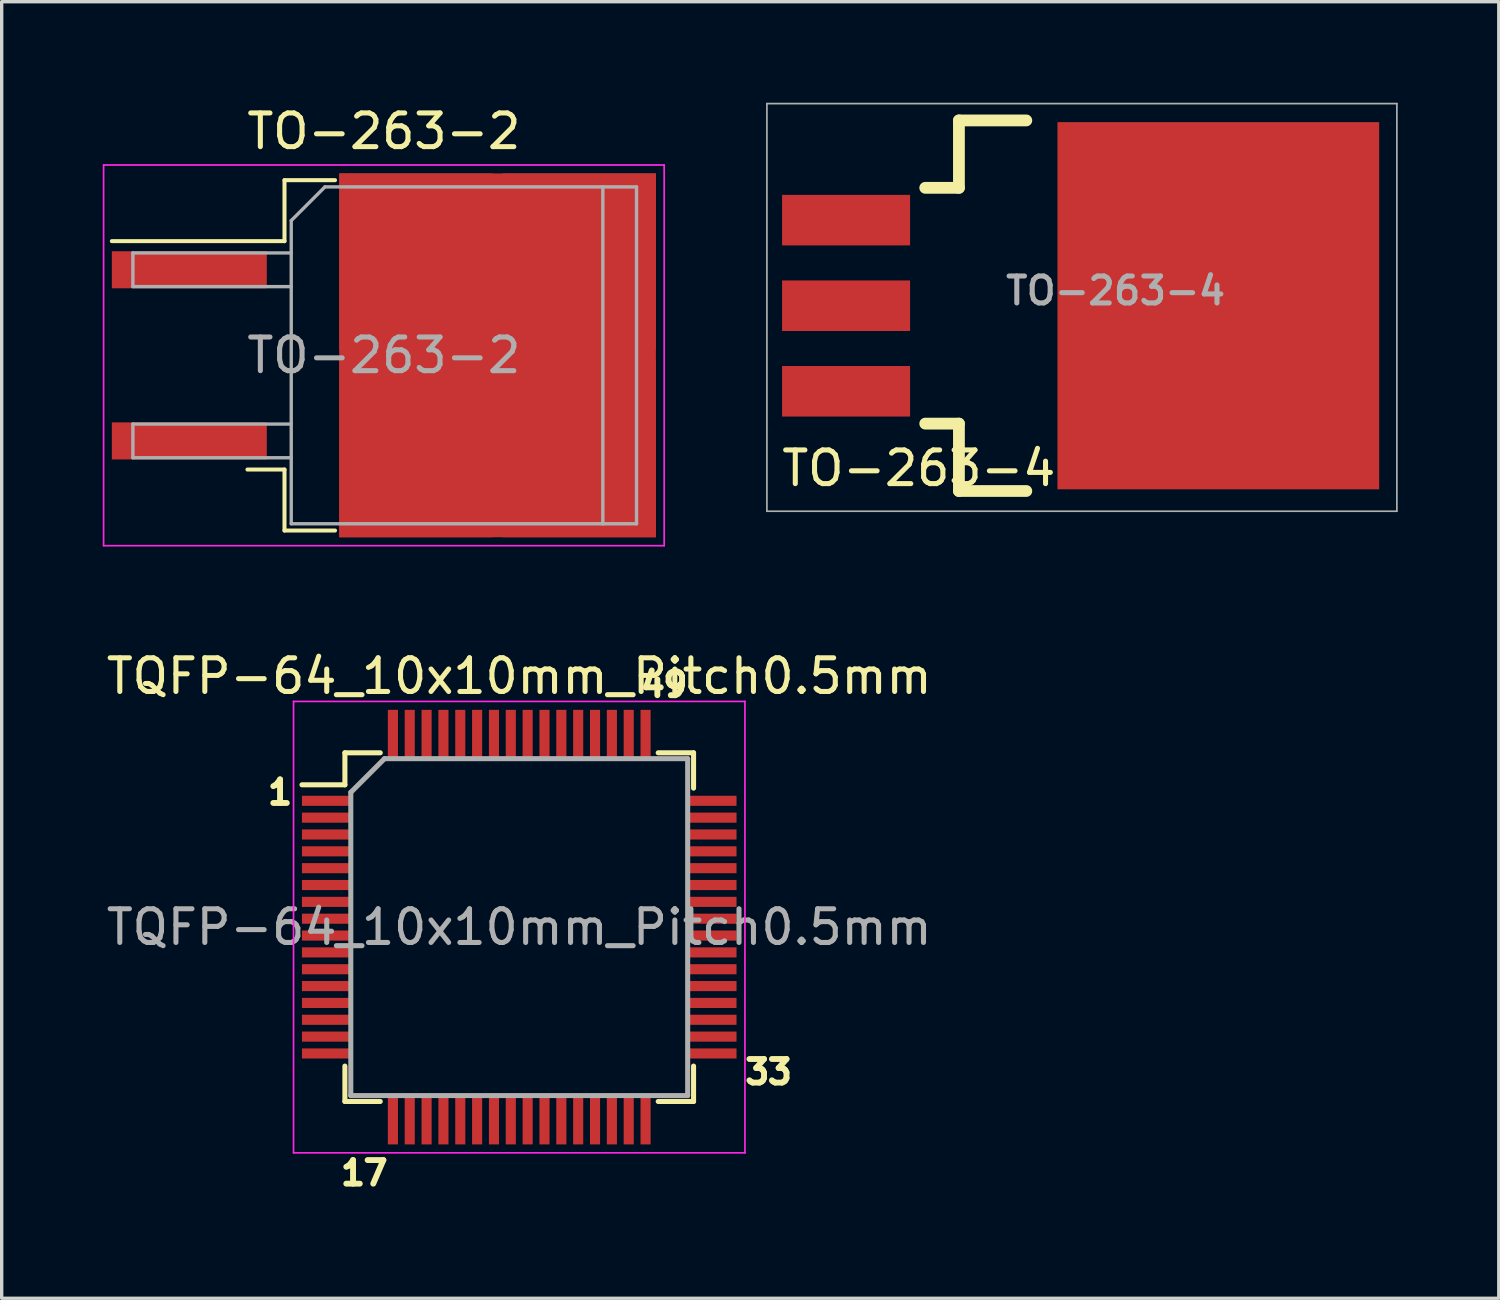
<source format=kicad_pcb>
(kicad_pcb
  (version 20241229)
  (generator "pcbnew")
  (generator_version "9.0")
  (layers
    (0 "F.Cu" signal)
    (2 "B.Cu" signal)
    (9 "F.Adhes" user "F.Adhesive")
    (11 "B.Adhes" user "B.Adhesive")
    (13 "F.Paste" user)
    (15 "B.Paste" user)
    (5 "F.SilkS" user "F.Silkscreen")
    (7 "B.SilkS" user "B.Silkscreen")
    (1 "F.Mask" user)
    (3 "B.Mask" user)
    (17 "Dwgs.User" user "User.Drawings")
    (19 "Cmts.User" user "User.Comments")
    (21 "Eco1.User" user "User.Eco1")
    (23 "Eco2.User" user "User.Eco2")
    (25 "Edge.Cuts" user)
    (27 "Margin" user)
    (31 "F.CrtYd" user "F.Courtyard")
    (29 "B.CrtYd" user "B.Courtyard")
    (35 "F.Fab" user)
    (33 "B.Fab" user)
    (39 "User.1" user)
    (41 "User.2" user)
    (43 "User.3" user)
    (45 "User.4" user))
  (footprint "TQFP-64_10x10mm_Pitch0.5mm"
    (layer "F.Cu")
    (at 12.363 24.471)
    (property "Reference" "TQFP-64_10x10mm_Pitch0.5mm" (at 0 -7.45 0) (layer "F.SilkS") (effects (font (size 1 1) (thickness 0.15))))
    (attr smd)
    (fp_line (start -5.175 -5.175) (end -5.175 -4.225) (stroke (width 0.15) (type solid)) (layer "F.SilkS"))
    (fp_line (start -5.175 -5.175) (end -4.125 -5.175) (stroke (width 0.15) (type solid)) (layer "F.SilkS"))
    (fp_line (start -5.175 -4.225) (end -6.45 -4.225) (stroke (width 0.15) (type solid)) (layer "F.SilkS"))
    (fp_line (start -5.175 5.175) (end -5.175 4.125) (stroke (width 0.15) (type solid)) (layer "F.SilkS"))
    (fp_line (start -5.175 5.175) (end -4.125 5.175) (stroke (width 0.15) (type solid)) (layer "F.SilkS"))
    (fp_line (start 5.175 -5.175) (end 4.125 -5.175) (stroke (width 0.15) (type solid)) (layer "F.SilkS"))
    (fp_line (start 5.175 -5.175) (end 5.175 -4.125) (stroke (width 0.15) (type solid)) (layer "F.SilkS"))
    (fp_line (start 5.175 5.175) (end 4.125 5.175) (stroke (width 0.15) (type solid)) (layer "F.SilkS"))
    (fp_line (start 5.175 5.175) (end 5.175 4.125) (stroke (width 0.15) (type solid)) (layer "F.SilkS"))
    (fp_line (start -6.7 -6.7) (end -6.7 6.7) (stroke (width 0.05) (type solid)) (layer "F.CrtYd"))
    (fp_line (start -6.7 -6.7) (end 6.7 -6.7) (stroke (width 0.05) (type solid)) (layer "F.CrtYd"))
    (fp_line (start -6.7 6.7) (end 6.7 6.7) (stroke (width 0.05) (type solid)) (layer "F.CrtYd"))
    (fp_line (start 6.7 -6.7) (end 6.7 6.7) (stroke (width 0.05) (type solid)) (layer "F.CrtYd"))
    (fp_line (start -5 -4) (end -4 -5) (stroke (width 0.15) (type solid)) (layer "F.Fab"))
    (fp_line (start -5 5) (end -5 -4) (stroke (width 0.15) (type solid)) (layer "F.Fab"))
    (fp_line (start -4 -5) (end 5 -5) (stroke (width 0.15) (type solid)) (layer "F.Fab"))
    (fp_line (start 5 -5) (end 5 5) (stroke (width 0.15) (type solid)) (layer "F.Fab"))
    (fp_line (start 5 5) (end -5 5) (stroke (width 0.15) (type solid)) (layer "F.Fab"))
    (fp_text user "17" (at -4.6 7.3 0) (layer "F.SilkS") (effects (font (size 0.7 0.7) (thickness 0.175))))
    (fp_text user "33" (at 7.4 4.3 0) (layer "F.SilkS") (effects (font (size 0.7 0.7) (thickness 0.175))))
    (fp_text user "49" (at 4.3 -7.2 0) (layer "F.SilkS") (effects (font (size 0.7 0.7) (thickness 0.175))))
    (fp_text user "1" (at -7.1 -4 0) (layer "F.SilkS") (effects (font (size 0.7 0.7) (thickness 0.175))))
    (fp_text user "${REFERENCE}" (at 0 0 0) (layer "F.Fab") (effects (font (size 1 1) (thickness 0.15))))
    (pad "1" smd rect (at -5.7 -3.75) (size 1.5 0.3) (layers "F.Cu" "F.Mask" "F.Paste"))
    (pad "2" smd rect (at -5.7 -3.25) (size 1.5 0.3) (layers "F.Cu" "F.Mask" "F.Paste"))
    (pad "3" smd rect (at -5.7 -2.75) (size 1.5 0.3) (layers "F.Cu" "F.Mask" "F.Paste"))
    (pad "4" smd rect (at -5.7 -2.25) (size 1.5 0.3) (layers "F.Cu" "F.Mask" "F.Paste"))
    (pad "5" smd rect (at -5.7 -1.75) (size 1.5 0.3) (layers "F.Cu" "F.Mask" "F.Paste"))
    (pad "6" smd rect (at -5.7 -1.25) (size 1.5 0.3) (layers "F.Cu" "F.Mask" "F.Paste"))
    (pad "7" smd rect (at -5.7 -0.75) (size 1.5 0.3) (layers "F.Cu" "F.Mask" "F.Paste"))
    (pad "8" smd rect (at -5.7 -0.25) (size 1.5 0.3) (layers "F.Cu" "F.Mask" "F.Paste"))
    (pad "9" smd rect (at -5.7 0.25) (size 1.5 0.3) (layers "F.Cu" "F.Mask" "F.Paste"))
    (pad "10" smd rect (at -5.7 0.75) (size 1.5 0.3) (layers "F.Cu" "F.Mask" "F.Paste"))
    (pad "11" smd rect (at -5.7 1.25) (size 1.5 0.3) (layers "F.Cu" "F.Mask" "F.Paste"))
    (pad "12" smd rect (at -5.7 1.75) (size 1.5 0.3) (layers "F.Cu" "F.Mask" "F.Paste"))
    (pad "13" smd rect (at -5.7 2.25) (size 1.5 0.3) (layers "F.Cu" "F.Mask" "F.Paste"))
    (pad "14" smd rect (at -5.7 2.75) (size 1.5 0.3) (layers "F.Cu" "F.Mask" "F.Paste"))
    (pad "15" smd rect (at -5.7 3.25) (size 1.5 0.3) (layers "F.Cu" "F.Mask" "F.Paste"))
    (pad "16" smd rect (at -5.7 3.75) (size 1.5 0.3) (layers "F.Cu" "F.Mask" "F.Paste"))
    (pad "17" smd rect (at -3.75 5.7 90) (size 1.5 0.3) (layers "F.Cu" "F.Mask" "F.Paste"))
    (pad "18" smd rect (at -3.25 5.7 90) (size 1.5 0.3) (layers "F.Cu" "F.Mask" "F.Paste"))
    (pad "19" smd rect (at -2.75 5.7 90) (size 1.5 0.3) (layers "F.Cu" "F.Mask" "F.Paste"))
    (pad "20" smd rect (at -2.25 5.7 90) (size 1.5 0.3) (layers "F.Cu" "F.Mask" "F.Paste"))
    (pad "21" smd rect (at -1.75 5.7 90) (size 1.5 0.3) (layers "F.Cu" "F.Mask" "F.Paste"))
    (pad "22" smd rect (at -1.25 5.7 90) (size 1.5 0.3) (layers "F.Cu" "F.Mask" "F.Paste"))
    (pad "23" smd rect (at -0.75 5.7 90) (size 1.5 0.3) (layers "F.Cu" "F.Mask" "F.Paste"))
    (pad "24" smd rect (at -0.25 5.7 90) (size 1.5 0.3) (layers "F.Cu" "F.Mask" "F.Paste"))
    (pad "25" smd rect (at 0.25 5.7 90) (size 1.5 0.3) (layers "F.Cu" "F.Mask" "F.Paste"))
    (pad "26" smd rect (at 0.75 5.7 90) (size 1.5 0.3) (layers "F.Cu" "F.Mask" "F.Paste"))
    (pad "27" smd rect (at 1.25 5.7 90) (size 1.5 0.3) (layers "F.Cu" "F.Mask" "F.Paste"))
    (pad "28" smd rect (at 1.75 5.7 90) (size 1.5 0.3) (layers "F.Cu" "F.Mask" "F.Paste"))
    (pad "29" smd rect (at 2.25 5.7 90) (size 1.5 0.3) (layers "F.Cu" "F.Mask" "F.Paste"))
    (pad "30" smd rect (at 2.75 5.7 90) (size 1.5 0.3) (layers "F.Cu" "F.Mask" "F.Paste"))
    (pad "31" smd rect (at 3.25 5.7 90) (size 1.5 0.3) (layers "F.Cu" "F.Mask" "F.Paste"))
    (pad "32" smd rect (at 3.75 5.7 90) (size 1.5 0.3) (layers "F.Cu" "F.Mask" "F.Paste"))
    (pad "33" smd rect (at 5.7 3.75) (size 1.5 0.3) (layers "F.Cu" "F.Mask" "F.Paste"))
    (pad "34" smd rect (at 5.7 3.25) (size 1.5 0.3) (layers "F.Cu" "F.Mask" "F.Paste"))
    (pad "35" smd rect (at 5.7 2.75) (size 1.5 0.3) (layers "F.Cu" "F.Mask" "F.Paste"))
    (pad "36" smd rect (at 5.7 2.25) (size 1.5 0.3) (layers "F.Cu" "F.Mask" "F.Paste"))
    (pad "37" smd rect (at 5.7 1.75) (size 1.5 0.3) (layers "F.Cu" "F.Mask" "F.Paste"))
    (pad "38" smd rect (at 5.7 1.25) (size 1.5 0.3) (layers "F.Cu" "F.Mask" "F.Paste"))
    (pad "39" smd rect (at 5.7 0.75) (size 1.5 0.3) (layers "F.Cu" "F.Mask" "F.Paste"))
    (pad "40" smd rect (at 5.7 0.25) (size 1.5 0.3) (layers "F.Cu" "F.Mask" "F.Paste"))
    (pad "41" smd rect (at 5.7 -0.25) (size 1.5 0.3) (layers "F.Cu" "F.Mask" "F.Paste"))
    (pad "42" smd rect (at 5.7 -0.75) (size 1.5 0.3) (layers "F.Cu" "F.Mask" "F.Paste"))
    (pad "43" smd rect (at 5.7 -1.25) (size 1.5 0.3) (layers "F.Cu" "F.Mask" "F.Paste"))
    (pad "44" smd rect (at 5.7 -1.75) (size 1.5 0.3) (layers "F.Cu" "F.Mask" "F.Paste"))
    (pad "45" smd rect (at 5.7 -2.25) (size 1.5 0.3) (layers "F.Cu" "F.Mask" "F.Paste"))
    (pad "46" smd rect (at 5.7 -2.75) (size 1.5 0.3) (layers "F.Cu" "F.Mask" "F.Paste"))
    (pad "47" smd rect (at 5.7 -3.25) (size 1.5 0.3) (layers "F.Cu" "F.Mask" "F.Paste"))
    (pad "48" smd rect (at 5.7 -3.75) (size 1.5 0.3) (layers "F.Cu" "F.Mask" "F.Paste"))
    (pad "49" smd rect (at 3.75 -5.7 90) (size 1.5 0.3) (layers "F.Cu" "F.Mask" "F.Paste"))
    (pad "50" smd rect (at 3.25 -5.7 90) (size 1.5 0.3) (layers "F.Cu" "F.Mask" "F.Paste"))
    (pad "51" smd rect (at 2.75 -5.7 90) (size 1.5 0.3) (layers "F.Cu" "F.Mask" "F.Paste"))
    (pad "52" smd rect (at 2.25 -5.7 90) (size 1.5 0.3) (layers "F.Cu" "F.Mask" "F.Paste"))
    (pad "53" smd rect (at 1.75 -5.7 90) (size 1.5 0.3) (layers "F.Cu" "F.Mask" "F.Paste"))
    (pad "54" smd rect (at 1.25 -5.7 90) (size 1.5 0.3) (layers "F.Cu" "F.Mask" "F.Paste"))
    (pad "55" smd rect (at 0.75 -5.7 90) (size 1.5 0.3) (layers "F.Cu" "F.Mask" "F.Paste"))
    (pad "56" smd rect (at 0.25 -5.7 90) (size 1.5 0.3) (layers "F.Cu" "F.Mask" "F.Paste"))
    (pad "57" smd rect (at -0.25 -5.7 90) (size 1.5 0.3) (layers "F.Cu" "F.Mask" "F.Paste"))
    (pad "58" smd rect (at -0.75 -5.7 90) (size 1.5 0.3) (layers "F.Cu" "F.Mask" "F.Paste"))
    (pad "59" smd rect (at -1.25 -5.7 90) (size 1.5 0.3) (layers "F.Cu" "F.Mask" "F.Paste"))
    (pad "60" smd rect (at -1.75 -5.7 90) (size 1.5 0.3) (layers "F.Cu" "F.Mask" "F.Paste"))
    (pad "61" smd rect (at -2.25 -5.7 90) (size 1.5 0.3) (layers "F.Cu" "F.Mask" "F.Paste"))
    (pad "62" smd rect (at -2.75 -5.7 90) (size 1.5 0.3) (layers "F.Cu" "F.Mask" "F.Paste"))
    (pad "63" smd rect (at -3.25 -5.7 90) (size 1.5 0.3) (layers "F.Cu" "F.Mask" "F.Paste"))
    (pad "64" smd rect (at -3.75 -5.7 90) (size 1.5 0.3) (layers "F.Cu" "F.Mask" "F.Paste")))
  (footprint "TO-263-4"
    (layer "F.Cu")
    (at 28.415 6.025)
    (property "Reference" "TO-263-4" (at 1.651 -0.445 0) (layer "F.Fab") (effects (font (size 0.8 0.8) (thickness 0.15))))
    (attr smd)
    (fp_line (start -3 -5.5) (end -3 -3.5) (stroke (width 0.35) (type solid)) (layer "F.SilkS"))
    (fp_line (start -3 -3.5) (end -4 -3.5) (stroke (width 0.35) (type solid)) (layer "F.SilkS"))
    (fp_line (start -3 3.5) (end -4 3.5) (stroke (width 0.35) (type solid)) (layer "F.SilkS"))
    (fp_line (start -3 5.5) (end -3 3.5) (stroke (width 0.35) (type solid)) (layer "F.SilkS"))
    (fp_line (start -1 -5.5) (end -3 -5.5) (stroke (width 0.35) (type solid)) (layer "F.SilkS"))
    (fp_line (start -1 5.5) (end -3 5.5) (stroke (width 0.35) (type solid)) (layer "F.SilkS"))
    (fp_line (start -8.7 -6) (end -8.7 6.1) (stroke (width 0.05) (type solid)) (layer "F.Fab"))
    (fp_line (start -8.7 6.1) (end 10 6.1) (stroke (width 0.05) (type solid)) (layer "F.Fab"))
    (fp_line (start 10 -6) (end -8.7 -6) (stroke (width 0.05) (type solid)) (layer "F.Fab"))
    (fp_line (start 10 6.1) (end 10 -6) (stroke (width 0.05) (type solid)) (layer "F.Fab"))
    (fp_text user "${REFERENCE}" (at -4.191 4.826 180) (layer "F.SilkS") (effects (font (size 1 1) (thickness 0.15))))
    (pad "" smd rect (at 1.5 -3 180) (size 2.3 2.3) (layers "F.Paste"))
    (pad "" smd rect (at 1.5 0 180) (size 2.3 2.3) (layers "F.Paste"))
    (pad "" smd rect (at 1.5 3 180) (size 2.3 2.3) (layers "F.Paste"))
    (pad "" smd rect (at 5 -3 180) (size 2.3 2.3) (layers "F.Paste"))
    (pad "" smd rect (at 5 0 180) (size 2.3 2.3) (layers "F.Paste"))
    (pad "" smd rect (at 5 3 180) (size 2.3 2.3) (layers "F.Paste"))
    (pad "1" smd rect (at -6.35 -2.54 180) (size 3.8 1.5) (layers "F.Cu" "F.Mask" "F.Paste"))
    (pad "2" smd rect (at -6.35 0 180) (size 3.8 1.5) (layers "F.Cu" "F.Mask" "F.Paste"))
    (pad "2" smd rect (at 4.7 0 180) (size 9.55 10.9) (layers "F.Cu" "F.Mask"))
    (pad "3" smd rect (at -6.35 2.54 180) (size 3.8 1.5) (layers "F.Cu" "F.Mask" "F.Paste")))
  (footprint "TO-263-2"
    (layer "F.Cu")
    (at 8.345 7.498)
    (property "Reference" "TO-263-2" (at 0 -6.65 0) (layer "F.SilkS") (effects (font (size 1 1) (thickness 0.15))))
    (attr smd)
    (fp_line (start -2.95 -5.2) (end -2.95 -3.39) (stroke (width 0.12) (type solid)) (layer "F.SilkS"))
    (fp_line (start -2.95 -3.39) (end -8.075 -3.39) (stroke (width 0.12) (type solid)) (layer "F.SilkS"))
    (fp_line (start -2.95 3.39) (end -4.05 3.39) (stroke (width 0.12) (type solid)) (layer "F.SilkS"))
    (fp_line (start -2.95 5.2) (end -2.95 3.39) (stroke (width 0.12) (type solid)) (layer "F.SilkS"))
    (fp_line (start -1.45 -5.2) (end -2.95 -5.2) (stroke (width 0.12) (type solid)) (layer "F.SilkS"))
    (fp_line (start -1.45 5.2) (end -2.95 5.2) (stroke (width 0.12) (type solid)) (layer "F.SilkS"))
    (fp_line (start -8.32 -5.65) (end -8.32 5.65) (stroke (width 0.05) (type solid)) (layer "F.CrtYd"))
    (fp_line (start -8.32 5.65) (end 8.32 5.65) (stroke (width 0.05) (type solid)) (layer "F.CrtYd"))
    (fp_line (start 8.32 -5.65) (end -8.32 -5.65) (stroke (width 0.05) (type solid)) (layer "F.CrtYd"))
    (fp_line (start 8.32 5.65) (end 8.32 -5.65) (stroke (width 0.05) (type solid)) (layer "F.CrtYd"))
    (fp_line (start -7.45 -3.04) (end -7.45 -2.04) (stroke (width 0.1) (type solid)) (layer "F.Fab"))
    (fp_line (start -7.45 -2.04) (end -2.75 -2.04) (stroke (width 0.1) (type solid)) (layer "F.Fab"))
    (fp_line (start -7.45 2.04) (end -7.45 3.04) (stroke (width 0.1) (type solid)) (layer "F.Fab"))
    (fp_line (start -7.45 3.04) (end -2.75 3.04) (stroke (width 0.1) (type solid)) (layer "F.Fab"))
    (fp_line (start -2.75 -4) (end -1.75 -5) (stroke (width 0.1) (type solid)) (layer "F.Fab"))
    (fp_line (start -2.75 -3.04) (end -7.45 -3.04) (stroke (width 0.1) (type solid)) (layer "F.Fab"))
    (fp_line (start -2.75 2.04) (end -7.45 2.04) (stroke (width 0.1) (type solid)) (layer "F.Fab"))
    (fp_line (start -2.75 5) (end -2.75 -4) (stroke (width 0.1) (type solid)) (layer "F.Fab"))
    (fp_line (start -1.75 -5) (end 6.5 -5) (stroke (width 0.1) (type solid)) (layer "F.Fab"))
    (fp_line (start 6.5 -5) (end 6.5 5) (stroke (width 0.1) (type solid)) (layer "F.Fab"))
    (fp_line (start 6.5 -5) (end 7.5 -5) (stroke (width 0.1) (type solid)) (layer "F.Fab"))
    (fp_line (start 6.5 5) (end -2.75 5) (stroke (width 0.1) (type solid)) (layer "F.Fab"))
    (fp_line (start 7.5 -5) (end 7.5 5) (stroke (width 0.1) (type solid)) (layer "F.Fab"))
    (fp_line (start 7.5 5) (end 6.5 5) (stroke (width 0.1) (type solid)) (layer "F.Fab"))
    (fp_text user "${REFERENCE}" (at 0 0 0) (layer "F.Fab") (effects (font (size 1 1) (thickness 0.15))))
    (pad "1" smd rect (at -5.775 -2.54) (size 4.6 1.1) (layers "F.Cu" "F.Mask" "F.Paste"))
    (pad "2" smd rect (at 0.95 -2.775) (size 4.55 5.25) (layers "F.Cu" "F.Paste"))
    (pad "2" smd rect (at 0.95 2.775) (size 4.55 5.25) (layers "F.Cu" "F.Paste"))
    (pad "2" smd rect (at 3.375 0) (size 9.4 10.8) (layers "F.Cu" "F.Mask"))
    (pad "2" smd rect (at 5.8 -2.775) (size 4.55 5.25) (layers "F.Cu" "F.Paste"))
    (pad "2" smd rect (at 5.8 2.775) (size 4.55 5.25) (layers "F.Cu" "F.Paste"))
    (pad "3" smd rect (at -5.775 2.54) (size 4.6 1.1) (layers "F.Cu" "F.Mask" "F.Paste")))
  (gr_rect
    (start -3 -3)
    (end 41.44 35.488)
    (stroke (width 0.1) (type default))
    (fill no)
    (layer "Edge.Cuts")))
</source>
